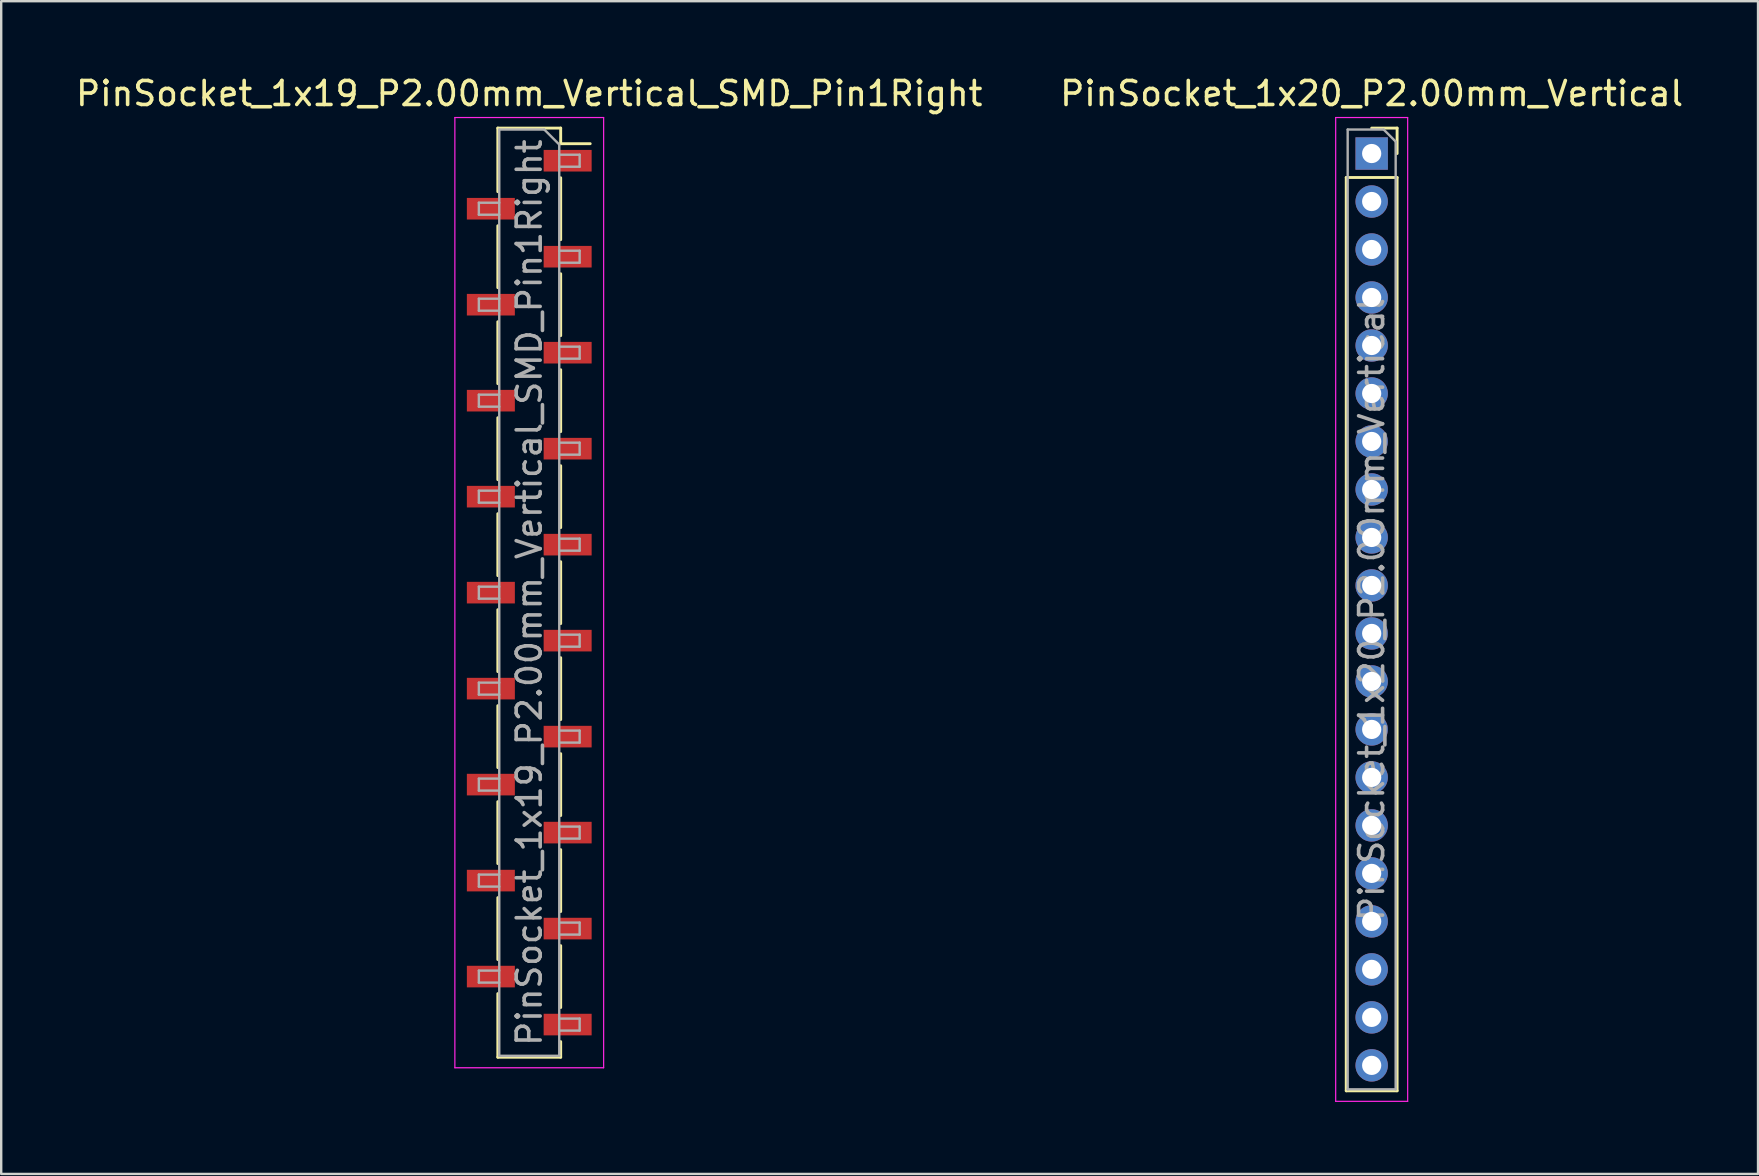
<source format=kicad_pcb>
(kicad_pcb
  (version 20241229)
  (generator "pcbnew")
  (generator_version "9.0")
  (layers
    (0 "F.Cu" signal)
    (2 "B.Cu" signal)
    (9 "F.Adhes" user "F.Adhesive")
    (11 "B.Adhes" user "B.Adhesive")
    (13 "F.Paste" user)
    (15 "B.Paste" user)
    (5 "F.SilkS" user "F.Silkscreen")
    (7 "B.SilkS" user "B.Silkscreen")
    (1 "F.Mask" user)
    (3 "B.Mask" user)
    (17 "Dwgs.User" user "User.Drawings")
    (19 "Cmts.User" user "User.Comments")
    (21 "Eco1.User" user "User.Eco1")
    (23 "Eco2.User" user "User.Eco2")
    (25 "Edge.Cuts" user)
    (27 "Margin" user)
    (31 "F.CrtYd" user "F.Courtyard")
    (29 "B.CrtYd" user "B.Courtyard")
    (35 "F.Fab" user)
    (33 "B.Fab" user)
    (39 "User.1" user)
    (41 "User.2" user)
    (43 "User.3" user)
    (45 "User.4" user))
  (footprint "PinSocket_1x19_P2.00mm_Vertical_SMD_Pin1Right"
    (layer "F.Cu")
    (at 19.006 21.648)
    (property "Reference" "PinSocket_1x19_P2.00mm_Vertical_SMD_Pin1Right" (at 0 -20.8 0) (layer "F.SilkS") (effects (font (size 1 1) (thickness 0.15))))
    (attr smd)
    (fp_line (start -1.31 -19.36) (end -1.31 -16.71) (stroke (width 0.12) (type solid)) (layer "F.SilkS"))
    (fp_line (start -1.31 -19.36) (end 1.31 -19.36) (stroke (width 0.12) (type solid)) (layer "F.SilkS"))
    (fp_line (start -1.31 -15.29) (end -1.31 -12.71) (stroke (width 0.12) (type solid)) (layer "F.SilkS"))
    (fp_line (start -1.31 -11.29) (end -1.31 -8.71) (stroke (width 0.12) (type solid)) (layer "F.SilkS"))
    (fp_line (start -1.31 -7.29) (end -1.31 -4.71) (stroke (width 0.12) (type solid)) (layer "F.SilkS"))
    (fp_line (start -1.31 -3.29) (end -1.31 -0.71) (stroke (width 0.12) (type solid)) (layer "F.SilkS"))
    (fp_line (start -1.31 0.71) (end -1.31 3.29) (stroke (width 0.12) (type solid)) (layer "F.SilkS"))
    (fp_line (start -1.31 4.71) (end -1.31 7.29) (stroke (width 0.12) (type solid)) (layer "F.SilkS"))
    (fp_line (start -1.31 8.71) (end -1.31 11.29) (stroke (width 0.12) (type solid)) (layer "F.SilkS"))
    (fp_line (start -1.31 12.71) (end -1.31 15.29) (stroke (width 0.12) (type solid)) (layer "F.SilkS"))
    (fp_line (start -1.31 16.71) (end -1.31 19.36) (stroke (width 0.12) (type solid)) (layer "F.SilkS"))
    (fp_line (start -1.31 19.36) (end 1.31 19.36) (stroke (width 0.12) (type solid)) (layer "F.SilkS"))
    (fp_line (start 1.31 -19.36) (end 1.31 -18.71) (stroke (width 0.12) (type solid)) (layer "F.SilkS"))
    (fp_line (start 1.31 -18.71) (end 2.54 -18.71) (stroke (width 0.12) (type solid)) (layer "F.SilkS"))
    (fp_line (start 1.31 -17.29) (end 1.31 -14.71) (stroke (width 0.12) (type solid)) (layer "F.SilkS"))
    (fp_line (start 1.31 -13.29) (end 1.31 -10.71) (stroke (width 0.12) (type solid)) (layer "F.SilkS"))
    (fp_line (start 1.31 -9.29) (end 1.31 -6.71) (stroke (width 0.12) (type solid)) (layer "F.SilkS"))
    (fp_line (start 1.31 -5.29) (end 1.31 -2.71) (stroke (width 0.12) (type solid)) (layer "F.SilkS"))
    (fp_line (start 1.31 -1.29) (end 1.31 1.29) (stroke (width 0.12) (type solid)) (layer "F.SilkS"))
    (fp_line (start 1.31 2.71) (end 1.31 5.29) (stroke (width 0.12) (type solid)) (layer "F.SilkS"))
    (fp_line (start 1.31 6.71) (end 1.31 9.29) (stroke (width 0.12) (type solid)) (layer "F.SilkS"))
    (fp_line (start 1.31 10.71) (end 1.31 13.29) (stroke (width 0.12) (type solid)) (layer "F.SilkS"))
    (fp_line (start 1.31 14.71) (end 1.31 17.29) (stroke (width 0.12) (type solid)) (layer "F.SilkS"))
    (fp_line (start 1.31 18.71) (end 1.31 19.36) (stroke (width 0.12) (type solid)) (layer "F.SilkS"))
    (fp_line (start -3.1 -19.8) (end 3.1 -19.8) (stroke (width 0.05) (type solid)) (layer "F.CrtYd"))
    (fp_line (start -3.1 19.8) (end -3.1 -19.8) (stroke (width 0.05) (type solid)) (layer "F.CrtYd"))
    (fp_line (start 3.1 -19.8) (end 3.1 19.8) (stroke (width 0.05) (type solid)) (layer "F.CrtYd"))
    (fp_line (start 3.1 19.8) (end -3.1 19.8) (stroke (width 0.05) (type solid)) (layer "F.CrtYd"))
    (fp_line (start -2.1 -16.25) (end -1.25 -16.25) (stroke (width 0.1) (type solid)) (layer "F.Fab"))
    (fp_line (start -2.1 -15.75) (end -2.1 -16.25) (stroke (width 0.1) (type solid)) (layer "F.Fab"))
    (fp_line (start -2.1 -12.25) (end -1.25 -12.25) (stroke (width 0.1) (type solid)) (layer "F.Fab"))
    (fp_line (start -2.1 -11.75) (end -2.1 -12.25) (stroke (width 0.1) (type solid)) (layer "F.Fab"))
    (fp_line (start -2.1 -8.25) (end -1.25 -8.25) (stroke (width 0.1) (type solid)) (layer "F.Fab"))
    (fp_line (start -2.1 -7.75) (end -2.1 -8.25) (stroke (width 0.1) (type solid)) (layer "F.Fab"))
    (fp_line (start -2.1 -4.25) (end -1.25 -4.25) (stroke (width 0.1) (type solid)) (layer "F.Fab"))
    (fp_line (start -2.1 -3.75) (end -2.1 -4.25) (stroke (width 0.1) (type solid)) (layer "F.Fab"))
    (fp_line (start -2.1 -0.25) (end -1.25 -0.25) (stroke (width 0.1) (type solid)) (layer "F.Fab"))
    (fp_line (start -2.1 0.25) (end -2.1 -0.25) (stroke (width 0.1) (type solid)) (layer "F.Fab"))
    (fp_line (start -2.1 3.75) (end -1.25 3.75) (stroke (width 0.1) (type solid)) (layer "F.Fab"))
    (fp_line (start -2.1 4.25) (end -2.1 3.75) (stroke (width 0.1) (type solid)) (layer "F.Fab"))
    (fp_line (start -2.1 7.75) (end -1.25 7.75) (stroke (width 0.1) (type solid)) (layer "F.Fab"))
    (fp_line (start -2.1 8.25) (end -2.1 7.75) (stroke (width 0.1) (type solid)) (layer "F.Fab"))
    (fp_line (start -2.1 11.75) (end -1.25 11.75) (stroke (width 0.1) (type solid)) (layer "F.Fab"))
    (fp_line (start -2.1 12.25) (end -2.1 11.75) (stroke (width 0.1) (type solid)) (layer "F.Fab"))
    (fp_line (start -2.1 15.75) (end -1.25 15.75) (stroke (width 0.1) (type solid)) (layer "F.Fab"))
    (fp_line (start -2.1 16.25) (end -2.1 15.75) (stroke (width 0.1) (type solid)) (layer "F.Fab"))
    (fp_line (start -1.25 -19.3) (end 0.625 -19.3) (stroke (width 0.1) (type solid)) (layer "F.Fab"))
    (fp_line (start -1.25 -15.75) (end -2.1 -15.75) (stroke (width 0.1) (type solid)) (layer "F.Fab"))
    (fp_line (start -1.25 -11.75) (end -2.1 -11.75) (stroke (width 0.1) (type solid)) (layer "F.Fab"))
    (fp_line (start -1.25 -7.75) (end -2.1 -7.75) (stroke (width 0.1) (type solid)) (layer "F.Fab"))
    (fp_line (start -1.25 -3.75) (end -2.1 -3.75) (stroke (width 0.1) (type solid)) (layer "F.Fab"))
    (fp_line (start -1.25 0.25) (end -2.1 0.25) (stroke (width 0.1) (type solid)) (layer "F.Fab"))
    (fp_line (start -1.25 4.25) (end -2.1 4.25) (stroke (width 0.1) (type solid)) (layer "F.Fab"))
    (fp_line (start -1.25 8.25) (end -2.1 8.25) (stroke (width 0.1) (type solid)) (layer "F.Fab"))
    (fp_line (start -1.25 12.25) (end -2.1 12.25) (stroke (width 0.1) (type solid)) (layer "F.Fab"))
    (fp_line (start -1.25 16.25) (end -2.1 16.25) (stroke (width 0.1) (type solid)) (layer "F.Fab"))
    (fp_line (start -1.25 19.3) (end -1.25 -19.3) (stroke (width 0.1) (type solid)) (layer "F.Fab"))
    (fp_line (start 0.625 -19.3) (end 1.25 -18.675) (stroke (width 0.1) (type solid)) (layer "F.Fab"))
    (fp_line (start 1.25 -18.675) (end 1.25 19.3) (stroke (width 0.1) (type solid)) (layer "F.Fab"))
    (fp_line (start 1.25 -18.25) (end 2.1 -18.25) (stroke (width 0.1) (type solid)) (layer "F.Fab"))
    (fp_line (start 1.25 -14.25) (end 2.1 -14.25) (stroke (width 0.1) (type solid)) (layer "F.Fab"))
    (fp_line (start 1.25 -10.25) (end 2.1 -10.25) (stroke (width 0.1) (type solid)) (layer "F.Fab"))
    (fp_line (start 1.25 -6.25) (end 2.1 -6.25) (stroke (width 0.1) (type solid)) (layer "F.Fab"))
    (fp_line (start 1.25 -2.25) (end 2.1 -2.25) (stroke (width 0.1) (type solid)) (layer "F.Fab"))
    (fp_line (start 1.25 1.75) (end 2.1 1.75) (stroke (width 0.1) (type solid)) (layer "F.Fab"))
    (fp_line (start 1.25 5.75) (end 2.1 5.75) (stroke (width 0.1) (type solid)) (layer "F.Fab"))
    (fp_line (start 1.25 9.75) (end 2.1 9.75) (stroke (width 0.1) (type solid)) (layer "F.Fab"))
    (fp_line (start 1.25 13.75) (end 2.1 13.75) (stroke (width 0.1) (type solid)) (layer "F.Fab"))
    (fp_line (start 1.25 17.75) (end 2.1 17.75) (stroke (width 0.1) (type solid)) (layer "F.Fab"))
    (fp_line (start 1.25 19.3) (end -1.25 19.3) (stroke (width 0.1) (type solid)) (layer "F.Fab"))
    (fp_line (start 2.1 -18.25) (end 2.1 -17.75) (stroke (width 0.1) (type solid)) (layer "F.Fab"))
    (fp_line (start 2.1 -17.75) (end 1.25 -17.75) (stroke (width 0.1) (type solid)) (layer "F.Fab"))
    (fp_line (start 2.1 -14.25) (end 2.1 -13.75) (stroke (width 0.1) (type solid)) (layer "F.Fab"))
    (fp_line (start 2.1 -13.75) (end 1.25 -13.75) (stroke (width 0.1) (type solid)) (layer "F.Fab"))
    (fp_line (start 2.1 -10.25) (end 2.1 -9.75) (stroke (width 0.1) (type solid)) (layer "F.Fab"))
    (fp_line (start 2.1 -9.75) (end 1.25 -9.75) (stroke (width 0.1) (type solid)) (layer "F.Fab"))
    (fp_line (start 2.1 -6.25) (end 2.1 -5.75) (stroke (width 0.1) (type solid)) (layer "F.Fab"))
    (fp_line (start 2.1 -5.75) (end 1.25 -5.75) (stroke (width 0.1) (type solid)) (layer "F.Fab"))
    (fp_line (start 2.1 -2.25) (end 2.1 -1.75) (stroke (width 0.1) (type solid)) (layer "F.Fab"))
    (fp_line (start 2.1 -1.75) (end 1.25 -1.75) (stroke (width 0.1) (type solid)) (layer "F.Fab"))
    (fp_line (start 2.1 1.75) (end 2.1 2.25) (stroke (width 0.1) (type solid)) (layer "F.Fab"))
    (fp_line (start 2.1 2.25) (end 1.25 2.25) (stroke (width 0.1) (type solid)) (layer "F.Fab"))
    (fp_line (start 2.1 5.75) (end 2.1 6.25) (stroke (width 0.1) (type solid)) (layer "F.Fab"))
    (fp_line (start 2.1 6.25) (end 1.25 6.25) (stroke (width 0.1) (type solid)) (layer "F.Fab"))
    (fp_line (start 2.1 9.75) (end 2.1 10.25) (stroke (width 0.1) (type solid)) (layer "F.Fab"))
    (fp_line (start 2.1 10.25) (end 1.25 10.25) (stroke (width 0.1) (type solid)) (layer "F.Fab"))
    (fp_line (start 2.1 13.75) (end 2.1 14.25) (stroke (width 0.1) (type solid)) (layer "F.Fab"))
    (fp_line (start 2.1 14.25) (end 1.25 14.25) (stroke (width 0.1) (type solid)) (layer "F.Fab"))
    (fp_line (start 2.1 17.75) (end 2.1 18.25) (stroke (width 0.1) (type solid)) (layer "F.Fab"))
    (fp_line (start 2.1 18.25) (end 1.25 18.25) (stroke (width 0.1) (type solid)) (layer "F.Fab"))
    (fp_text user "${REFERENCE}" (at 0 0 90) (layer "F.Fab") (effects (font (size 1 1) (thickness 0.15))))
    (pad "1" smd rect (at 1.6 -18) (size 2 0.9) (layers "F.Cu" "F.Mask" "F.Paste"))
    (pad "2" smd rect (at -1.6 -16) (size 2 0.9) (layers "F.Cu" "F.Mask" "F.Paste"))
    (pad "3" smd rect (at 1.6 -14) (size 2 0.9) (layers "F.Cu" "F.Mask" "F.Paste"))
    (pad "4" smd rect (at -1.6 -12) (size 2 0.9) (layers "F.Cu" "F.Mask" "F.Paste"))
    (pad "5" smd rect (at 1.6 -10) (size 2 0.9) (layers "F.Cu" "F.Mask" "F.Paste"))
    (pad "6" smd rect (at -1.6 -8) (size 2 0.9) (layers "F.Cu" "F.Mask" "F.Paste"))
    (pad "7" smd rect (at 1.6 -6) (size 2 0.9) (layers "F.Cu" "F.Mask" "F.Paste"))
    (pad "8" smd rect (at -1.6 -4) (size 2 0.9) (layers "F.Cu" "F.Mask" "F.Paste"))
    (pad "9" smd rect (at 1.6 -2) (size 2 0.9) (layers "F.Cu" "F.Mask" "F.Paste"))
    (pad "10" smd rect (at -1.6 0) (size 2 0.9) (layers "F.Cu" "F.Mask" "F.Paste"))
    (pad "11" smd rect (at 1.6 2) (size 2 0.9) (layers "F.Cu" "F.Mask" "F.Paste"))
    (pad "12" smd rect (at -1.6 4) (size 2 0.9) (layers "F.Cu" "F.Mask" "F.Paste"))
    (pad "13" smd rect (at 1.6 6) (size 2 0.9) (layers "F.Cu" "F.Mask" "F.Paste"))
    (pad "14" smd rect (at -1.6 8) (size 2 0.9) (layers "F.Cu" "F.Mask" "F.Paste"))
    (pad "15" smd rect (at 1.6 10) (size 2 0.9) (layers "F.Cu" "F.Mask" "F.Paste"))
    (pad "16" smd rect (at -1.6 12) (size 2 0.9) (layers "F.Cu" "F.Mask" "F.Paste"))
    (pad "17" smd rect (at 1.6 14) (size 2 0.9) (layers "F.Cu" "F.Mask" "F.Paste"))
    (pad "18" smd rect (at -1.6 16) (size 2 0.9) (layers "F.Cu" "F.Mask" "F.Paste"))
    (pad "19" smd rect (at 1.6 18) (size 2 0.9) (layers "F.Cu" "F.Mask" "F.Paste")))
  (footprint "PinSocket_1x20_P2.00mm_Vertical"
    (layer "F.Cu")
    (at 54.113 3.348)
    (property "Reference" "PinSocket_1x20_P2.00mm_Vertical" (at 0 -2.5 0) (layer "F.SilkS") (effects (font (size 1 1) (thickness 0.15))))
    (attr through_hole)
    (fp_line (start -1.06 1) (end -1.06 39.06) (stroke (width 0.12) (type solid)) (layer "F.SilkS"))
    (fp_line (start -1.06 1) (end 1.06 1) (stroke (width 0.12) (type solid)) (layer "F.SilkS"))
    (fp_line (start -1.06 39.06) (end 1.06 39.06) (stroke (width 0.12) (type solid)) (layer "F.SilkS"))
    (fp_line (start 0 -1.06) (end 1.06 -1.06) (stroke (width 0.12) (type solid)) (layer "F.SilkS"))
    (fp_line (start 1.06 -1.06) (end 1.06 0) (stroke (width 0.12) (type solid)) (layer "F.SilkS"))
    (fp_line (start 1.06 1) (end 1.06 39.06) (stroke (width 0.12) (type solid)) (layer "F.SilkS"))
    (fp_line (start -1.5 -1.5) (end 1.5 -1.5) (stroke (width 0.05) (type solid)) (layer "F.CrtYd"))
    (fp_line (start -1.5 39.5) (end -1.5 -1.5) (stroke (width 0.05) (type solid)) (layer "F.CrtYd"))
    (fp_line (start 1.5 -1.5) (end 1.5 39.5) (stroke (width 0.05) (type solid)) (layer "F.CrtYd"))
    (fp_line (start 1.5 39.5) (end -1.5 39.5) (stroke (width 0.05) (type solid)) (layer "F.CrtYd"))
    (fp_line (start -1 -1) (end 0.5 -1) (stroke (width 0.1) (type solid)) (layer "F.Fab"))
    (fp_line (start -1 39) (end -1 -1) (stroke (width 0.1) (type solid)) (layer "F.Fab"))
    (fp_line (start 0.5 -1) (end 1 -0.5) (stroke (width 0.1) (type solid)) (layer "F.Fab"))
    (fp_line (start 1 -0.5) (end 1 39) (stroke (width 0.1) (type solid)) (layer "F.Fab"))
    (fp_line (start 1 39) (end -1 39) (stroke (width 0.1) (type solid)) (layer "F.Fab"))
    (fp_text user "${REFERENCE}" (at 0 19 90) (layer "F.Fab") (effects (font (size 1 1) (thickness 0.15))))
    (pad "1" thru_hole rect (at 0 0) (size 1.35 1.35) (drill 0.8) (layers "*.Cu" "*.Mask"))
    (pad "2" thru_hole oval (at 0 2) (size 1.35 1.35) (drill 0.8) (layers "*.Cu" "*.Mask"))
    (pad "3" thru_hole oval (at 0 4) (size 1.35 1.35) (drill 0.8) (layers "*.Cu" "*.Mask"))
    (pad "4" thru_hole oval (at 0 6) (size 1.35 1.35) (drill 0.8) (layers "*.Cu" "*.Mask"))
    (pad "5" thru_hole oval (at 0 8) (size 1.35 1.35) (drill 0.8) (layers "*.Cu" "*.Mask"))
    (pad "6" thru_hole oval (at 0 10) (size 1.35 1.35) (drill 0.8) (layers "*.Cu" "*.Mask"))
    (pad "7" thru_hole oval (at 0 12) (size 1.35 1.35) (drill 0.8) (layers "*.Cu" "*.Mask"))
    (pad "8" thru_hole oval (at 0 14) (size 1.35 1.35) (drill 0.8) (layers "*.Cu" "*.Mask"))
    (pad "9" thru_hole oval (at 0 16) (size 1.35 1.35) (drill 0.8) (layers "*.Cu" "*.Mask"))
    (pad "10" thru_hole oval (at 0 18) (size 1.35 1.35) (drill 0.8) (layers "*.Cu" "*.Mask"))
    (pad "11" thru_hole oval (at 0 20) (size 1.35 1.35) (drill 0.8) (layers "*.Cu" "*.Mask"))
    (pad "12" thru_hole oval (at 0 22) (size 1.35 1.35) (drill 0.8) (layers "*.Cu" "*.Mask"))
    (pad "13" thru_hole oval (at 0 24) (size 1.35 1.35) (drill 0.8) (layers "*.Cu" "*.Mask"))
    (pad "14" thru_hole oval (at 0 26) (size 1.35 1.35) (drill 0.8) (layers "*.Cu" "*.Mask"))
    (pad "15" thru_hole oval (at 0 28) (size 1.35 1.35) (drill 0.8) (layers "*.Cu" "*.Mask"))
    (pad "16" thru_hole oval (at 0 30) (size 1.35 1.35) (drill 0.8) (layers "*.Cu" "*.Mask"))
    (pad "17" thru_hole oval (at 0 32) (size 1.35 1.35) (drill 0.8) (layers "*.Cu" "*.Mask"))
    (pad "18" thru_hole oval (at 0 34) (size 1.35 1.35) (drill 0.8) (layers "*.Cu" "*.Mask"))
    (pad "19" thru_hole oval (at 0 36) (size 1.35 1.35) (drill 0.8) (layers "*.Cu" "*.Mask"))
    (pad "20" thru_hole oval (at 0 38) (size 1.35 1.35) (drill 0.8) (layers "*.Cu" "*.Mask")))
  (gr_rect
    (start -3 -3)
    (end 70.214 45.873)
    (stroke (width 0.1) (type default))
    (fill no)
    (layer "Edge.Cuts")))
</source>
